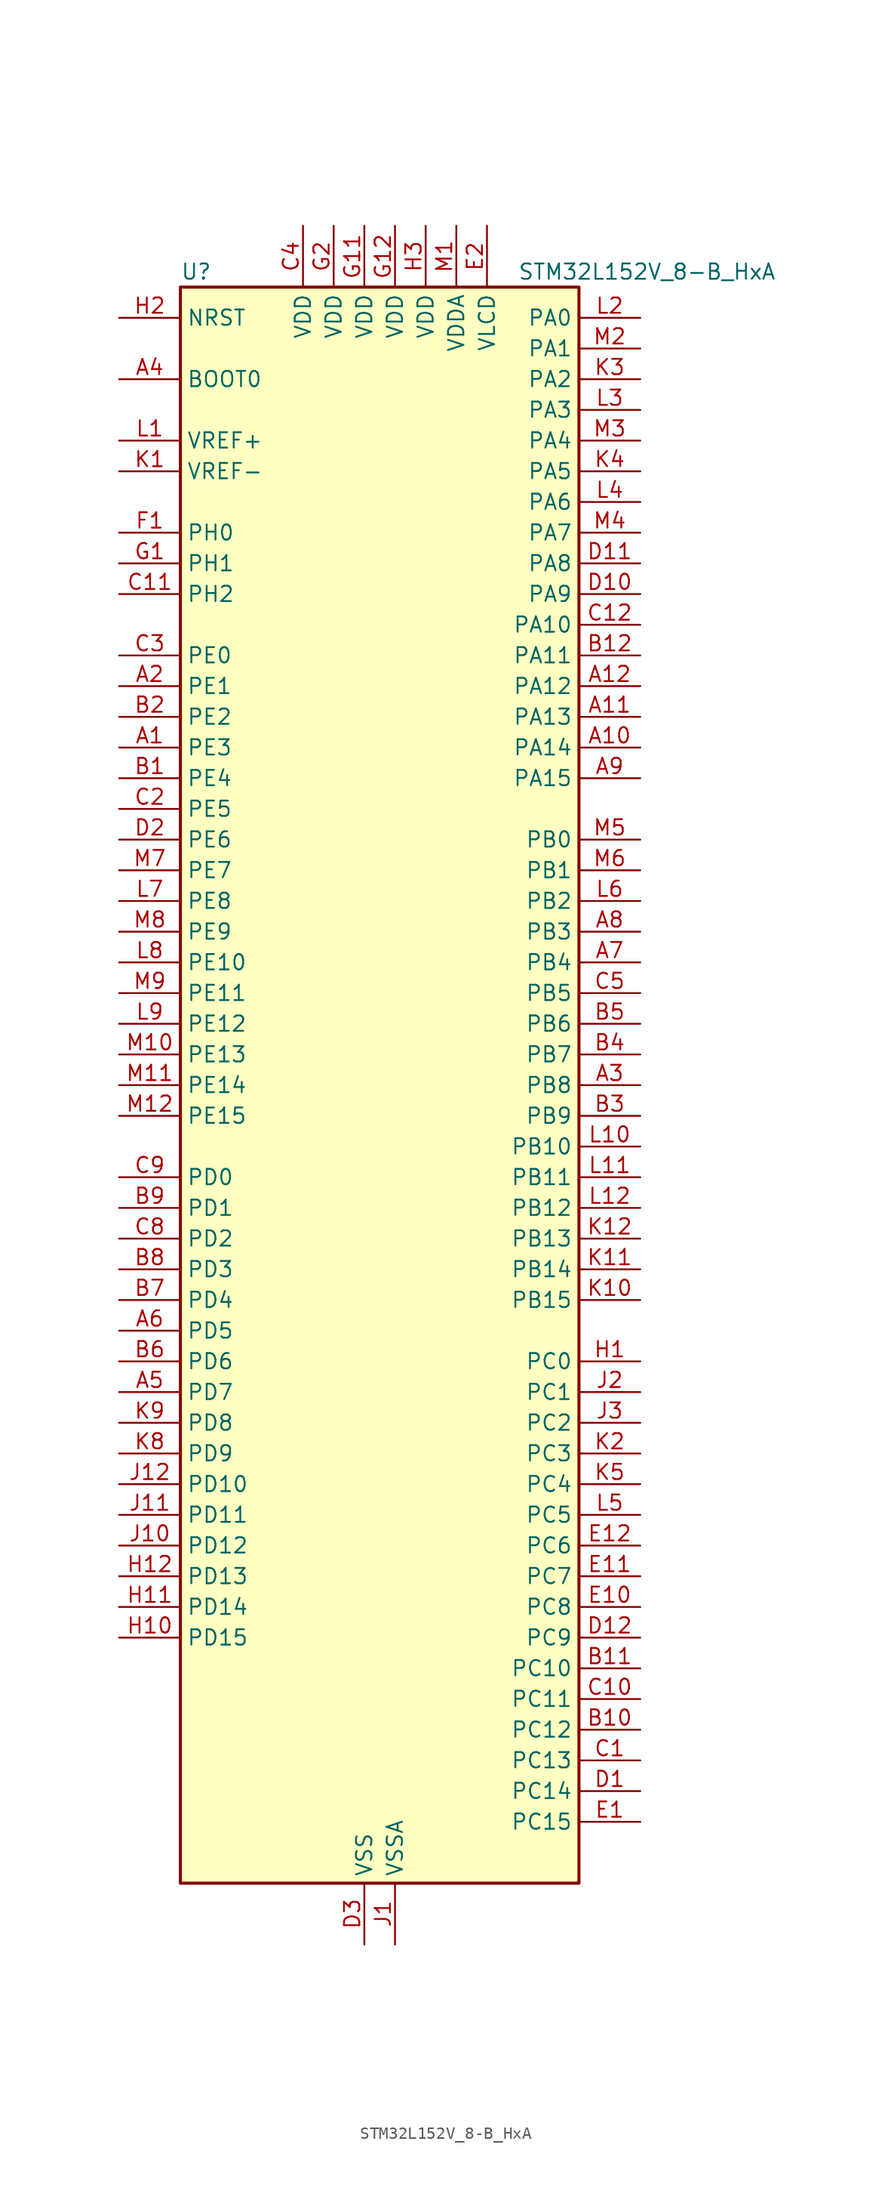
<source format=kicad_sym>
(kicad_symbol_lib
  (version 20231120)
  (generator "kicad_symbol_editor")
  (generator_version "8.0")
  (symbol "STM32L152V_8-B_HxA"
    (property "Reference" "U"
      (at -15.24 67.31 0)
      (effects (font (size 1.27 1.27)) (justify left)))
    (property "Value" "STM32L152V_8-B_HxA"
      (at 12.7 67.31 0)
      (effects (font (size 1.27 1.27)) (justify left)))
    (property "ki_locked" ""
      (at 0 0 0)
      (effects (font (size 1.27 1.27))))
    (symbol "STM32L152V_8-B_HxA_0_1"
      (rectangle (start -15.24 -66.04) (end 17.78 66.04) (stroke (width 0.254) (type default)) (fill (type background))))
    (symbol "STM32L152V_8-B_HxA_1_1"
      (pin bidirectional line (at -20.32 27.94 0) (length 5.08) (name "PE3" (effects (font (size 1.27 1.27)))) (number "A1" (effects (font (size 1.27 1.27)))) (alternate "LCD_SEG39" bidirectional line) (alternate "SYS_TRACED0" bidirectional line) (alternate "TIM3_CH1" bidirectional line) (alternate "TIMX_IC4" bidirectional line))
      (pin bidirectional line (at 22.86 27.94 180) (length 5.08) (name "PA14" (effects (font (size 1.27 1.27)))) (number "A10" (effects (font (size 1.27 1.27)))) (alternate "SYS_JTCK-SWCLK" bidirectional line) (alternate "TIMX_IC3" bidirectional line) (alternate "TS_G5_IO2" bidirectional line))
      (pin bidirectional line (at 22.86 30.48 180) (length 5.08) (name "PA13" (effects (font (size 1.27 1.27)))) (number "A11" (effects (font (size 1.27 1.27)))) (alternate "SYS_JTMS-SWDIO" bidirectional line) (alternate "TIMX_IC2" bidirectional line) (alternate "TS_G5_IO1" bidirectional line))
      (pin bidirectional line (at 22.86 33.02 180) (length 5.08) (name "PA12" (effects (font (size 1.27 1.27)))) (number "A12" (effects (font (size 1.27 1.27)))) (alternate "SPI1_MOSI" bidirectional line) (alternate "TIMX_IC1" bidirectional line) (alternate "USART1_RTS" bidirectional line) (alternate "USB_DP" bidirectional line))
      (pin bidirectional line (at -20.32 33.02 0) (length 5.08) (name "PE1" (effects (font (size 1.27 1.27)))) (number "A2" (effects (font (size 1.27 1.27)))) (alternate "LCD_SEG37" bidirectional line) (alternate "TIM11_CH1" bidirectional line) (alternate "TIMX_IC2" bidirectional line))
      (pin bidirectional line (at 22.86 0 180) (length 5.08) (name "PB8" (effects (font (size 1.27 1.27)))) (number "A3" (effects (font (size 1.27 1.27)))) (alternate "I2C1_SCL" bidirectional line) (alternate "LCD_SEG16" bidirectional line) (alternate "TIM10_CH1" bidirectional line) (alternate "TIM4_CH3" bidirectional line))
      (pin input line (at -20.32 58.42 0) (length 5.08) (name "BOOT0" (effects (font (size 1.27 1.27)))) (number "A4" (effects (font (size 1.27 1.27)))))
      (pin bidirectional line (at -20.32 -25.4 0) (length 5.08) (name "PD7" (effects (font (size 1.27 1.27)))) (number "A5" (effects (font (size 1.27 1.27)))) (alternate "TIM9_CH2" bidirectional line) (alternate "TIMX_IC4" bidirectional line) (alternate "USART2_CK" bidirectional line))
      (pin bidirectional line (at -20.32 -20.32 0) (length 5.08) (name "PD5" (effects (font (size 1.27 1.27)))) (number "A6" (effects (font (size 1.27 1.27)))) (alternate "TIMX_IC2" bidirectional line) (alternate "USART2_TX" bidirectional line))
      (pin bidirectional line (at 22.86 10.16 180) (length 5.08) (name "PB4" (effects (font (size 1.27 1.27)))) (number "A7" (effects (font (size 1.27 1.27)))) (alternate "COMP2_INP" bidirectional line) (alternate "LCD_SEG8" bidirectional line) (alternate "SPI1_MISO" bidirectional line) (alternate "SYS_JTRST" bidirectional line) (alternate "TIM3_CH1" bidirectional line) (alternate "TS_G6_IO1" bidirectional line))
      (pin bidirectional line (at 22.86 12.7 180) (length 5.08) (name "PB3" (effects (font (size 1.27 1.27)))) (number "A8" (effects (font (size 1.27 1.27)))) (alternate "COMP2_INM" bidirectional line) (alternate "LCD_SEG7" bidirectional line) (alternate "SPI1_SCK" bidirectional line) (alternate "SYS_JTDO-TRACESWO" bidirectional line) (alternate "TIM2_CH2" bidirectional line))
      (pin bidirectional line (at 22.86 25.4 180) (length 5.08) (name "PA15" (effects (font (size 1.27 1.27)))) (number "A9" (effects (font (size 1.27 1.27)))) (alternate "ADC_EXTI15" bidirectional line) (alternate "LCD_SEG17" bidirectional line) (alternate "SPI1_NSS" bidirectional line) (alternate "SYS_JTDI" bidirectional line) (alternate "TIM2_CH1" bidirectional line) (alternate "TIM2_ETR" bidirectional line) (alternate "TIMX_IC4" bidirectional line) (alternate "TS_G5_IO3" bidirectional line))
      (pin bidirectional line (at -20.32 25.4 0) (length 5.08) (name "PE4" (effects (font (size 1.27 1.27)))) (number "B1" (effects (font (size 1.27 1.27)))) (alternate "SYS_TRACED1" bidirectional line) (alternate "TIM3_CH2" bidirectional line) (alternate "TIMX_IC1" bidirectional line))
      (pin bidirectional line (at 22.86 -53.34 180) (length 5.08) (name "PC12" (effects (font (size 1.27 1.27)))) (number "B10" (effects (font (size 1.27 1.27)))) (alternate "LCD_COM6" bidirectional line) (alternate "LCD_SEG30" bidirectional line) (alternate "LCD_SEG42" bidirectional line) (alternate "TIMX_IC1" bidirectional line) (alternate "USART3_CK" bidirectional line))
      (pin bidirectional line (at 22.86 -48.26 180) (length 5.08) (name "PC10" (effects (font (size 1.27 1.27)))) (number "B11" (effects (font (size 1.27 1.27)))) (alternate "LCD_COM4" bidirectional line) (alternate "LCD_SEG28" bidirectional line) (alternate "LCD_SEG40" bidirectional line) (alternate "TIMX_IC3" bidirectional line) (alternate "USART3_TX" bidirectional line))
      (pin bidirectional line (at 22.86 35.56 180) (length 5.08) (name "PA11" (effects (font (size 1.27 1.27)))) (number "B12" (effects (font (size 1.27 1.27)))) (alternate "ADC_EXTI11" bidirectional line) (alternate "SPI1_MISO" bidirectional line) (alternate "TIMX_IC4" bidirectional line) (alternate "USART1_CTS" bidirectional line) (alternate "USB_DM" bidirectional line))
      (pin bidirectional line (at -20.32 30.48 0) (length 5.08) (name "PE2" (effects (font (size 1.27 1.27)))) (number "B2" (effects (font (size 1.27 1.27)))) (alternate "LCD_SEG38" bidirectional line) (alternate "SYS_TRACECK" bidirectional line) (alternate "TIM3_ETR" bidirectional line) (alternate "TIMX_IC3" bidirectional line))
      (pin bidirectional line (at 22.86 -2.54 180) (length 5.08) (name "PB9" (effects (font (size 1.27 1.27)))) (number "B3" (effects (font (size 1.27 1.27)))) (alternate "DAC_EXTI9" bidirectional line) (alternate "I2C1_SDA" bidirectional line) (alternate "LCD_COM3" bidirectional line) (alternate "TIM11_CH1" bidirectional line) (alternate "TIM4_CH4" bidirectional line))
      (pin bidirectional line (at 22.86 2.54 180) (length 5.08) (name "PB7" (effects (font (size 1.27 1.27)))) (number "B4" (effects (font (size 1.27 1.27)))) (alternate "I2C1_SDA" bidirectional line) (alternate "SYS_PVD_IN" bidirectional line) (alternate "TIM4_CH2" bidirectional line) (alternate "TS_G6_IO4" bidirectional line) (alternate "USART1_RX" bidirectional line))
      (pin bidirectional line (at 22.86 5.08 180) (length 5.08) (name "PB6" (effects (font (size 1.27 1.27)))) (number "B5" (effects (font (size 1.27 1.27)))) (alternate "I2C1_SCL" bidirectional line) (alternate "TIM4_CH1" bidirectional line) (alternate "TS_G6_IO3" bidirectional line) (alternate "USART1_TX" bidirectional line))
      (pin bidirectional line (at -20.32 -22.86 0) (length 5.08) (name "PD6" (effects (font (size 1.27 1.27)))) (number "B6" (effects (font (size 1.27 1.27)))) (alternate "TIMX_IC3" bidirectional line) (alternate "USART2_RX" bidirectional line))
      (pin bidirectional line (at -20.32 -17.78 0) (length 5.08) (name "PD4" (effects (font (size 1.27 1.27)))) (number "B7" (effects (font (size 1.27 1.27)))) (alternate "SPI2_MOSI" bidirectional line) (alternate "TIMX_IC1" bidirectional line) (alternate "USART2_RTS" bidirectional line))
      (pin bidirectional line (at -20.32 -15.24 0) (length 5.08) (name "PD3" (effects (font (size 1.27 1.27)))) (number "B8" (effects (font (size 1.27 1.27)))) (alternate "SPI2_MISO" bidirectional line) (alternate "TIMX_IC4" bidirectional line) (alternate "USART2_CTS" bidirectional line))
      (pin bidirectional line (at -20.32 -10.16 0) (length 5.08) (name "PD1" (effects (font (size 1.27 1.27)))) (number "B9" (effects (font (size 1.27 1.27)))) (alternate "SPI2_SCK" bidirectional line) (alternate "TIMX_IC2" bidirectional line))
      (pin bidirectional line (at 22.86 -55.88 180) (length 5.08) (name "PC13" (effects (font (size 1.27 1.27)))) (number "C1" (effects (font (size 1.27 1.27)))) (alternate "RTC_OUT_ALARM" bidirectional line) (alternate "RTC_OUT_CALIB" bidirectional line) (alternate "RTC_TAMP1" bidirectional line) (alternate "RTC_TS" bidirectional line) (alternate "SYS_WKUP2" bidirectional line) (alternate "TIMX_IC2" bidirectional line))
      (pin bidirectional line (at 22.86 -50.8 180) (length 5.08) (name "PC11" (effects (font (size 1.27 1.27)))) (number "C10" (effects (font (size 1.27 1.27)))) (alternate "ADC_EXTI11" bidirectional line) (alternate "LCD_COM5" bidirectional line) (alternate "LCD_SEG29" bidirectional line) (alternate "LCD_SEG41" bidirectional line) (alternate "TIMX_IC4" bidirectional line) (alternate "USART3_RX" bidirectional line))
      (pin bidirectional line (at -20.32 40.64 0) (length 5.08) (name "PH2" (effects (font (size 1.27 1.27)))) (number "C11" (effects (font (size 1.27 1.27)))))
      (pin bidirectional line (at 22.86 38.1 180) (length 5.08) (name "PA10" (effects (font (size 1.27 1.27)))) (number "C12" (effects (font (size 1.27 1.27)))) (alternate "LCD_COM2" bidirectional line) (alternate "TIMX_IC3" bidirectional line) (alternate "TS_G4_IO3" bidirectional line) (alternate "USART1_RX" bidirectional line))
      (pin bidirectional line (at -20.32 22.86 0) (length 5.08) (name "PE5" (effects (font (size 1.27 1.27)))) (number "C2" (effects (font (size 1.27 1.27)))) (alternate "SYS_TRACED2" bidirectional line) (alternate "TIM9_CH1" bidirectional line) (alternate "TIMX_IC2" bidirectional line))
      (pin bidirectional line (at -20.32 35.56 0) (length 5.08) (name "PE0" (effects (font (size 1.27 1.27)))) (number "C3" (effects (font (size 1.27 1.27)))) (alternate "LCD_SEG36" bidirectional line) (alternate "TIM10_CH1" bidirectional line) (alternate "TIM4_ETR" bidirectional line) (alternate "TIMX_IC1" bidirectional line))
      (pin power_in line (at -5.08 71.12 270) (length 5.08) (name "VDD" (effects (font (size 1.27 1.27)))) (number "C4" (effects (font (size 1.27 1.27)))))
      (pin bidirectional line (at 22.86 7.62 180) (length 5.08) (name "PB5" (effects (font (size 1.27 1.27)))) (number "C5" (effects (font (size 1.27 1.27)))) (alternate "COMP2_INP" bidirectional line) (alternate "I2C1_SMBA" bidirectional line) (alternate "LCD_SEG9" bidirectional line) (alternate "SPI1_MOSI" bidirectional line) (alternate "TIM3_CH2" bidirectional line) (alternate "TS_G6_IO2" bidirectional line))
      (pin bidirectional line (at -20.32 -12.7 0) (length 5.08) (name "PD2" (effects (font (size 1.27 1.27)))) (number "C8" (effects (font (size 1.27 1.27)))) (alternate "LCD_COM7" bidirectional line) (alternate "LCD_SEG31" bidirectional line) (alternate "LCD_SEG43" bidirectional line) (alternate "TIM3_ETR" bidirectional line) (alternate "TIMX_IC3" bidirectional line))
      (pin bidirectional line (at -20.32 -7.62 0) (length 5.08) (name "PD0" (effects (font (size 1.27 1.27)))) (number "C9" (effects (font (size 1.27 1.27)))) (alternate "SPI2_NSS" bidirectional line) (alternate "TIM9_CH1" bidirectional line) (alternate "TIMX_IC1" bidirectional line))
      (pin bidirectional line (at 22.86 -58.42 180) (length 5.08) (name "PC14" (effects (font (size 1.27 1.27)))) (number "D1" (effects (font (size 1.27 1.27)))) (alternate "RCC_OSC32_IN" bidirectional line) (alternate "TIMX_IC3" bidirectional line))
      (pin bidirectional line (at 22.86 40.64 180) (length 5.08) (name "PA9" (effects (font (size 1.27 1.27)))) (number "D10" (effects (font (size 1.27 1.27)))) (alternate "DAC_EXTI9" bidirectional line) (alternate "LCD_COM1" bidirectional line) (alternate "TIMX_IC2" bidirectional line) (alternate "TS_G4_IO2" bidirectional line) (alternate "USART1_TX" bidirectional line))
      (pin bidirectional line (at 22.86 43.18 180) (length 5.08) (name "PA8" (effects (font (size 1.27 1.27)))) (number "D11" (effects (font (size 1.27 1.27)))) (alternate "LCD_COM0" bidirectional line) (alternate "RCC_MCO" bidirectional line) (alternate "TIMX_IC1" bidirectional line) (alternate "TS_G4_IO1" bidirectional line) (alternate "USART1_CK" bidirectional line))
      (pin bidirectional line (at 22.86 -45.72 180) (length 5.08) (name "PC9" (effects (font (size 1.27 1.27)))) (number "D12" (effects (font (size 1.27 1.27)))) (alternate "DAC_EXTI9" bidirectional line) (alternate "LCD_SEG27" bidirectional line) (alternate "TIM3_CH4" bidirectional line) (alternate "TIMX_IC2" bidirectional line) (alternate "TS_G10_IO4" bidirectional line))
      (pin bidirectional line (at -20.32 20.32 0) (length 5.08) (name "PE6" (effects (font (size 1.27 1.27)))) (number "D2" (effects (font (size 1.27 1.27)))) (alternate "RTC_TAMP3" bidirectional line) (alternate "SYS_TRACED3" bidirectional line) (alternate "SYS_WKUP3" bidirectional line) (alternate "TIM9_CH2" bidirectional line) (alternate "TIMX_IC3" bidirectional line))
      (pin power_in line (at 0 -71.12 90) (length 5.08) (name "VSS" (effects (font (size 1.27 1.27)))) (number "D3" (effects (font (size 1.27 1.27)))))
      (pin bidirectional line (at 22.86 -60.96 180) (length 5.08) (name "PC15" (effects (font (size 1.27 1.27)))) (number "E1" (effects (font (size 1.27 1.27)))) (alternate "ADC_EXTI15" bidirectional line) (alternate "RCC_OSC32_OUT" bidirectional line) (alternate "TIMX_IC4" bidirectional line))
      (pin bidirectional line (at 22.86 -43.18 180) (length 5.08) (name "PC8" (effects (font (size 1.27 1.27)))) (number "E10" (effects (font (size 1.27 1.27)))) (alternate "LCD_SEG26" bidirectional line) (alternate "TIM3_CH3" bidirectional line) (alternate "TIMX_IC1" bidirectional line) (alternate "TS_G10_IO3" bidirectional line))
      (pin bidirectional line (at 22.86 -40.64 180) (length 5.08) (name "PC7" (effects (font (size 1.27 1.27)))) (number "E11" (effects (font (size 1.27 1.27)))) (alternate "LCD_SEG25" bidirectional line) (alternate "TIM3_CH2" bidirectional line) (alternate "TIMX_IC4" bidirectional line) (alternate "TS_G10_IO2" bidirectional line))
      (pin bidirectional line (at 22.86 -38.1 180) (length 5.08) (name "PC6" (effects (font (size 1.27 1.27)))) (number "E12" (effects (font (size 1.27 1.27)))) (alternate "LCD_SEG24" bidirectional line) (alternate "TIM3_CH1" bidirectional line) (alternate "TIMX_IC3" bidirectional line) (alternate "TS_G10_IO1" bidirectional line))
      (pin power_in line (at 10.16 71.12 270) (length 5.08) (name "VLCD" (effects (font (size 1.27 1.27)))) (number "E2" (effects (font (size 1.27 1.27)))))
      (pin passive line (at 0 -71.12 90) (length 5.08) hide (name "VSS" (effects (font (size 1.27 1.27)))) (number "E3" (effects (font (size 1.27 1.27)))))
      (pin bidirectional line (at -20.32 45.72 0) (length 5.08) (name "PH0" (effects (font (size 1.27 1.27)))) (number "F1" (effects (font (size 1.27 1.27)))) (alternate "RCC_OSC_IN" bidirectional line))
      (pin passive line (at 0 -71.12 90) (length 5.08) hide (name "VSS" (effects (font (size 1.27 1.27)))) (number "F11" (effects (font (size 1.27 1.27)))))
      (pin passive line (at 0 -71.12 90) (length 5.08) hide (name "VSS" (effects (font (size 1.27 1.27)))) (number "F12" (effects (font (size 1.27 1.27)))))
      (pin passive line (at 0 -71.12 90) (length 5.08) hide (name "VSS" (effects (font (size 1.27 1.27)))) (number "F2" (effects (font (size 1.27 1.27)))))
      (pin bidirectional line (at -20.32 43.18 0) (length 5.08) (name "PH1" (effects (font (size 1.27 1.27)))) (number "G1" (effects (font (size 1.27 1.27)))) (alternate "RCC_OSC_OUT" bidirectional line))
      (pin power_in line (at 0 71.12 270) (length 5.08) (name "VDD" (effects (font (size 1.27 1.27)))) (number "G11" (effects (font (size 1.27 1.27)))))
      (pin power_in line (at 2.54 71.12 270) (length 5.08) (name "VDD" (effects (font (size 1.27 1.27)))) (number "G12" (effects (font (size 1.27 1.27)))))
      (pin power_in line (at -2.54 71.12 270) (length 5.08) (name "VDD" (effects (font (size 1.27 1.27)))) (number "G2" (effects (font (size 1.27 1.27)))))
      (pin bidirectional line (at 22.86 -22.86 180) (length 5.08) (name "PC0" (effects (font (size 1.27 1.27)))) (number "H1" (effects (font (size 1.27 1.27)))) (alternate "ADC_IN10" bidirectional line) (alternate "COMP1_INP" bidirectional line) (alternate "LCD_SEG18" bidirectional line) (alternate "TIMX_IC1" bidirectional line) (alternate "TS_G8_IO1" bidirectional line))
      (pin bidirectional line (at -20.32 -45.72 0) (length 5.08) (name "PD15" (effects (font (size 1.27 1.27)))) (number "H10" (effects (font (size 1.27 1.27)))) (alternate "ADC_EXTI15" bidirectional line) (alternate "LCD_SEG35" bidirectional line) (alternate "TIM4_CH4" bidirectional line) (alternate "TIMX_IC4" bidirectional line))
      (pin bidirectional line (at -20.32 -43.18 0) (length 5.08) (name "PD14" (effects (font (size 1.27 1.27)))) (number "H11" (effects (font (size 1.27 1.27)))) (alternate "LCD_SEG34" bidirectional line) (alternate "TIM4_CH3" bidirectional line) (alternate "TIMX_IC3" bidirectional line))
      (pin bidirectional line (at -20.32 -40.64 0) (length 5.08) (name "PD13" (effects (font (size 1.27 1.27)))) (number "H12" (effects (font (size 1.27 1.27)))) (alternate "LCD_SEG33" bidirectional line) (alternate "TIM4_CH2" bidirectional line) (alternate "TIMX_IC2" bidirectional line))
      (pin input line (at -20.32 63.5 0) (length 5.08) (name "NRST" (effects (font (size 1.27 1.27)))) (number "H2" (effects (font (size 1.27 1.27)))))
      (pin power_in line (at 5.08 71.12 270) (length 5.08) (name "VDD" (effects (font (size 1.27 1.27)))) (number "H3" (effects (font (size 1.27 1.27)))))
      (pin power_in line (at 2.54 -71.12 90) (length 5.08) (name "VSSA" (effects (font (size 1.27 1.27)))) (number "J1" (effects (font (size 1.27 1.27)))))
      (pin bidirectional line (at -20.32 -38.1 0) (length 5.08) (name "PD12" (effects (font (size 1.27 1.27)))) (number "J10" (effects (font (size 1.27 1.27)))) (alternate "LCD_SEG32" bidirectional line) (alternate "TIM4_CH1" bidirectional line) (alternate "TIMX_IC1" bidirectional line) (alternate "USART3_RTS" bidirectional line))
      (pin bidirectional line (at -20.32 -35.56 0) (length 5.08) (name "PD11" (effects (font (size 1.27 1.27)))) (number "J11" (effects (font (size 1.27 1.27)))) (alternate "ADC_EXTI11" bidirectional line) (alternate "LCD_SEG31" bidirectional line) (alternate "TIMX_IC4" bidirectional line) (alternate "USART3_CTS" bidirectional line))
      (pin bidirectional line (at -20.32 -33.02 0) (length 5.08) (name "PD10" (effects (font (size 1.27 1.27)))) (number "J12" (effects (font (size 1.27 1.27)))) (alternate "LCD_SEG30" bidirectional line) (alternate "TIMX_IC3" bidirectional line) (alternate "USART3_CK" bidirectional line))
      (pin bidirectional line (at 22.86 -25.4 180) (length 5.08) (name "PC1" (effects (font (size 1.27 1.27)))) (number "J2" (effects (font (size 1.27 1.27)))) (alternate "ADC_IN11" bidirectional line) (alternate "COMP1_INP" bidirectional line) (alternate "LCD_SEG19" bidirectional line) (alternate "TIMX_IC2" bidirectional line) (alternate "TS_G8_IO2" bidirectional line))
      (pin bidirectional line (at 22.86 -27.94 180) (length 5.08) (name "PC2" (effects (font (size 1.27 1.27)))) (number "J3" (effects (font (size 1.27 1.27)))) (alternate "ADC_IN12" bidirectional line) (alternate "COMP1_INP" bidirectional line) (alternate "LCD_SEG20" bidirectional line) (alternate "TIMX_IC3" bidirectional line) (alternate "TS_G8_IO3" bidirectional line))
      (pin input line (at -20.32 50.8 0) (length 5.08) (name "VREF-" (effects (font (size 1.27 1.27)))) (number "K1" (effects (font (size 1.27 1.27)))))
      (pin bidirectional line (at 22.86 -17.78 180) (length 5.08) (name "PB15" (effects (font (size 1.27 1.27)))) (number "K10" (effects (font (size 1.27 1.27)))) (alternate "ADC_EXTI15" bidirectional line) (alternate "ADC_IN21" bidirectional line) (alternate "COMP1_INP" bidirectional line) (alternate "LCD_SEG15" bidirectional line) (alternate "RTC_REFIN" bidirectional line) (alternate "SPI2_MOSI" bidirectional line) (alternate "TIM11_CH1" bidirectional line) (alternate "TS_G7_IO4" bidirectional line))
      (pin bidirectional line (at 22.86 -15.24 180) (length 5.08) (name "PB14" (effects (font (size 1.27 1.27)))) (number "K11" (effects (font (size 1.27 1.27)))) (alternate "ADC_IN20" bidirectional line) (alternate "COMP1_INP" bidirectional line) (alternate "LCD_SEG14" bidirectional line) (alternate "SPI2_MISO" bidirectional line) (alternate "TIM9_CH2" bidirectional line) (alternate "TS_G7_IO3" bidirectional line) (alternate "USART3_RTS" bidirectional line))
      (pin bidirectional line (at 22.86 -12.7 180) (length 5.08) (name "PB13" (effects (font (size 1.27 1.27)))) (number "K12" (effects (font (size 1.27 1.27)))) (alternate "ADC_IN19" bidirectional line) (alternate "COMP1_INP" bidirectional line) (alternate "LCD_SEG13" bidirectional line) (alternate "SPI2_SCK" bidirectional line) (alternate "TIM9_CH1" bidirectional line) (alternate "TS_G7_IO2" bidirectional line) (alternate "USART3_CTS" bidirectional line))
      (pin bidirectional line (at 22.86 -30.48 180) (length 5.08) (name "PC3" (effects (font (size 1.27 1.27)))) (number "K2" (effects (font (size 1.27 1.27)))) (alternate "ADC_IN13" bidirectional line) (alternate "COMP1_INP" bidirectional line) (alternate "LCD_SEG21" bidirectional line) (alternate "TIMX_IC4" bidirectional line) (alternate "TS_G8_IO4" bidirectional line))
      (pin bidirectional line (at 22.86 58.42 180) (length 5.08) (name "PA2" (effects (font (size 1.27 1.27)))) (number "K3" (effects (font (size 1.27 1.27)))) (alternate "ADC_IN2" bidirectional line) (alternate "COMP1_INP" bidirectional line) (alternate "LCD_SEG1" bidirectional line) (alternate "TIM2_CH3" bidirectional line) (alternate "TIM9_CH1" bidirectional line) (alternate "TIMX_IC3" bidirectional line) (alternate "TS_G1_IO3" bidirectional line) (alternate "USART2_TX" bidirectional line))
      (pin bidirectional line (at 22.86 50.8 180) (length 5.08) (name "PA5" (effects (font (size 1.27 1.27)))) (number "K4" (effects (font (size 1.27 1.27)))) (alternate "ADC_IN5" bidirectional line) (alternate "COMP1_INP" bidirectional line) (alternate "DAC_OUT2" bidirectional line) (alternate "SPI1_SCK" bidirectional line) (alternate "TIM2_CH1" bidirectional line) (alternate "TIM2_ETR" bidirectional line) (alternate "TIMX_IC2" bidirectional line))
      (pin bidirectional line (at 22.86 -33.02 180) (length 5.08) (name "PC4" (effects (font (size 1.27 1.27)))) (number "K5" (effects (font (size 1.27 1.27)))) (alternate "ADC_IN14" bidirectional line) (alternate "COMP1_INP" bidirectional line) (alternate "LCD_SEG22" bidirectional line) (alternate "TIMX_IC1" bidirectional line) (alternate "TS_G9_IO1" bidirectional line))
      (pin bidirectional line (at -20.32 -30.48 0) (length 5.08) (name "PD9" (effects (font (size 1.27 1.27)))) (number "K8" (effects (font (size 1.27 1.27)))) (alternate "DAC_EXTI9" bidirectional line) (alternate "LCD_SEG29" bidirectional line) (alternate "TIMX_IC2" bidirectional line) (alternate "USART3_RX" bidirectional line))
      (pin bidirectional line (at -20.32 -27.94 0) (length 5.08) (name "PD8" (effects (font (size 1.27 1.27)))) (number "K9" (effects (font (size 1.27 1.27)))) (alternate "LCD_SEG28" bidirectional line) (alternate "TIMX_IC1" bidirectional line) (alternate "USART3_TX" bidirectional line))
      (pin input line (at -20.32 53.34 0) (length 5.08) (name "VREF+" (effects (font (size 1.27 1.27)))) (number "L1" (effects (font (size 1.27 1.27)))))
      (pin bidirectional line (at 22.86 -5.08 180) (length 5.08) (name "PB10" (effects (font (size 1.27 1.27)))) (number "L10" (effects (font (size 1.27 1.27)))) (alternate "I2C2_SCL" bidirectional line) (alternate "LCD_SEG10" bidirectional line) (alternate "TIM2_CH3" bidirectional line) (alternate "USART3_TX" bidirectional line))
      (pin bidirectional line (at 22.86 -7.62 180) (length 5.08) (name "PB11" (effects (font (size 1.27 1.27)))) (number "L11" (effects (font (size 1.27 1.27)))) (alternate "ADC_EXTI11" bidirectional line) (alternate "I2C2_SDA" bidirectional line) (alternate "LCD_SEG11" bidirectional line) (alternate "TIM2_CH4" bidirectional line) (alternate "USART3_RX" bidirectional line))
      (pin bidirectional line (at 22.86 -10.16 180) (length 5.08) (name "PB12" (effects (font (size 1.27 1.27)))) (number "L12" (effects (font (size 1.27 1.27)))) (alternate "ADC_IN18" bidirectional line) (alternate "COMP1_INP" bidirectional line) (alternate "I2C2_SMBA" bidirectional line) (alternate "LCD_SEG12" bidirectional line) (alternate "SPI2_NSS" bidirectional line) (alternate "TIM10_CH1" bidirectional line) (alternate "TS_G7_IO1" bidirectional line) (alternate "USART3_CK" bidirectional line))
      (pin bidirectional line (at 22.86 63.5 180) (length 5.08) (name "PA0" (effects (font (size 1.27 1.27)))) (number "L2" (effects (font (size 1.27 1.27)))) (alternate "ADC_IN0" bidirectional line) (alternate "COMP1_INP" bidirectional line) (alternate "RTC_TAMP2" bidirectional line) (alternate "SYS_WKUP1" bidirectional line) (alternate "TIM2_CH1" bidirectional line) (alternate "TIM2_ETR" bidirectional line) (alternate "TIMX_IC1" bidirectional line) (alternate "TS_G1_IO1" bidirectional line) (alternate "USART2_CTS" bidirectional line))
      (pin bidirectional line (at 22.86 55.88 180) (length 5.08) (name "PA3" (effects (font (size 1.27 1.27)))) (number "L3" (effects (font (size 1.27 1.27)))) (alternate "ADC_IN3" bidirectional line) (alternate "COMP1_INP" bidirectional line) (alternate "LCD_SEG2" bidirectional line) (alternate "TIM2_CH4" bidirectional line) (alternate "TIM9_CH2" bidirectional line) (alternate "TIMX_IC4" bidirectional line) (alternate "TS_G1_IO4" bidirectional line) (alternate "USART2_RX" bidirectional line))
      (pin bidirectional line (at 22.86 48.26 180) (length 5.08) (name "PA6" (effects (font (size 1.27 1.27)))) (number "L4" (effects (font (size 1.27 1.27)))) (alternate "ADC_IN6" bidirectional line) (alternate "COMP1_INP" bidirectional line) (alternate "LCD_SEG3" bidirectional line) (alternate "SPI1_MISO" bidirectional line) (alternate "TIM10_CH1" bidirectional line) (alternate "TIM3_CH1" bidirectional line) (alternate "TIMX_IC3" bidirectional line) (alternate "TS_G2_IO1" bidirectional line))
      (pin bidirectional line (at 22.86 -35.56 180) (length 5.08) (name "PC5" (effects (font (size 1.27 1.27)))) (number "L5" (effects (font (size 1.27 1.27)))) (alternate "ADC_IN15" bidirectional line) (alternate "COMP1_INP" bidirectional line) (alternate "LCD_SEG23" bidirectional line) (alternate "TIMX_IC2" bidirectional line) (alternate "TS_G9_IO2" bidirectional line))
      (pin bidirectional line (at 22.86 15.24 180) (length 5.08) (name "PB2" (effects (font (size 1.27 1.27)))) (number "L6" (effects (font (size 1.27 1.27)))) (alternate "TS_G3_IO3" bidirectional line))
      (pin bidirectional line (at -20.32 15.24 0) (length 5.08) (name "PE8" (effects (font (size 1.27 1.27)))) (number "L7" (effects (font (size 1.27 1.27)))) (alternate "ADC_IN23" bidirectional line) (alternate "COMP1_INP" bidirectional line) (alternate "TIMX_IC1" bidirectional line))
      (pin bidirectional line (at -20.32 10.16 0) (length 5.08) (name "PE10" (effects (font (size 1.27 1.27)))) (number "L8" (effects (font (size 1.27 1.27)))) (alternate "ADC_IN25" bidirectional line) (alternate "COMP1_INP" bidirectional line) (alternate "TIM2_CH2" bidirectional line) (alternate "TIMX_IC3" bidirectional line))
      (pin bidirectional line (at -20.32 5.08 0) (length 5.08) (name "PE12" (effects (font (size 1.27 1.27)))) (number "L9" (effects (font (size 1.27 1.27)))) (alternate "SPI1_NSS" bidirectional line) (alternate "TIM2_CH4" bidirectional line) (alternate "TIMX_IC1" bidirectional line))
      (pin power_in line (at 7.62 71.12 270) (length 5.08) (name "VDDA" (effects (font (size 1.27 1.27)))) (number "M1" (effects (font (size 1.27 1.27)))))
      (pin bidirectional line (at -20.32 2.54 0) (length 5.08) (name "PE13" (effects (font (size 1.27 1.27)))) (number "M10" (effects (font (size 1.27 1.27)))) (alternate "SPI1_SCK" bidirectional line) (alternate "TIMX_IC2" bidirectional line))
      (pin bidirectional line (at -20.32 0 0) (length 5.08) (name "PE14" (effects (font (size 1.27 1.27)))) (number "M11" (effects (font (size 1.27 1.27)))) (alternate "SPI1_MISO" bidirectional line) (alternate "TIMX_IC3" bidirectional line))
      (pin bidirectional line (at -20.32 -2.54 0) (length 5.08) (name "PE15" (effects (font (size 1.27 1.27)))) (number "M12" (effects (font (size 1.27 1.27)))) (alternate "ADC_EXTI15" bidirectional line) (alternate "SPI1_MOSI" bidirectional line) (alternate "TIMX_IC4" bidirectional line))
      (pin bidirectional line (at 22.86 60.96 180) (length 5.08) (name "PA1" (effects (font (size 1.27 1.27)))) (number "M2" (effects (font (size 1.27 1.27)))) (alternate "ADC_IN1" bidirectional line) (alternate "COMP1_INP" bidirectional line) (alternate "LCD_SEG0" bidirectional line) (alternate "TIM2_CH2" bidirectional line) (alternate "TIMX_IC2" bidirectional line) (alternate "TS_G1_IO2" bidirectional line) (alternate "USART2_RTS" bidirectional line))
      (pin bidirectional line (at 22.86 53.34 180) (length 5.08) (name "PA4" (effects (font (size 1.27 1.27)))) (number "M3" (effects (font (size 1.27 1.27)))) (alternate "ADC_IN4" bidirectional line) (alternate "COMP1_INP" bidirectional line) (alternate "DAC_OUT1" bidirectional line) (alternate "SPI1_NSS" bidirectional line) (alternate "TIMX_IC1" bidirectional line) (alternate "USART2_CK" bidirectional line))
      (pin bidirectional line (at 22.86 45.72 180) (length 5.08) (name "PA7" (effects (font (size 1.27 1.27)))) (number "M4" (effects (font (size 1.27 1.27)))) (alternate "ADC_IN7" bidirectional line) (alternate "COMP1_INP" bidirectional line) (alternate "LCD_SEG4" bidirectional line) (alternate "SPI1_MOSI" bidirectional line) (alternate "TIM11_CH1" bidirectional line) (alternate "TIM3_CH2" bidirectional line) (alternate "TIMX_IC4" bidirectional line) (alternate "TS_G2_IO2" bidirectional line))
      (pin bidirectional line (at 22.86 20.32 180) (length 5.08) (name "PB0" (effects (font (size 1.27 1.27)))) (number "M5" (effects (font (size 1.27 1.27)))) (alternate "ADC_IN8" bidirectional line) (alternate "COMP1_INP" bidirectional line) (alternate "LCD_SEG5" bidirectional line) (alternate "SYS_V_REF_OUT" bidirectional line) (alternate "TIM3_CH3" bidirectional line) (alternate "TS_G3_IO1" bidirectional line))
      (pin bidirectional line (at 22.86 17.78 180) (length 5.08) (name "PB1" (effects (font (size 1.27 1.27)))) (number "M6" (effects (font (size 1.27 1.27)))) (alternate "ADC_IN9" bidirectional line) (alternate "COMP1_INP" bidirectional line) (alternate "LCD_SEG6" bidirectional line) (alternate "SYS_V_REF_OUT" bidirectional line) (alternate "TIM3_CH4" bidirectional line) (alternate "TS_G3_IO2" bidirectional line))
      (pin bidirectional line (at -20.32 17.78 0) (length 5.08) (name "PE7" (effects (font (size 1.27 1.27)))) (number "M7" (effects (font (size 1.27 1.27)))) (alternate "ADC_IN22" bidirectional line) (alternate "COMP1_INP" bidirectional line) (alternate "TIMX_IC4" bidirectional line))
      (pin bidirectional line (at -20.32 12.7 0) (length 5.08) (name "PE9" (effects (font (size 1.27 1.27)))) (number "M8" (effects (font (size 1.27 1.27)))) (alternate "ADC_IN24" bidirectional line) (alternate "COMP1_INP" bidirectional line) (alternate "DAC_EXTI9" bidirectional line) (alternate "TIM2_CH1" bidirectional line) (alternate "TIM2_ETR" bidirectional line) (alternate "TIMX_IC2" bidirectional line))
      (pin bidirectional line (at -20.32 7.62 0) (length 5.08) (name "PE11" (effects (font (size 1.27 1.27)))) (number "M9" (effects (font (size 1.27 1.27)))) (alternate "ADC_EXTI11" bidirectional line) (alternate "TIM2_CH3" bidirectional line) (alternate "TIMX_IC4" bidirectional line)))))
</source>
